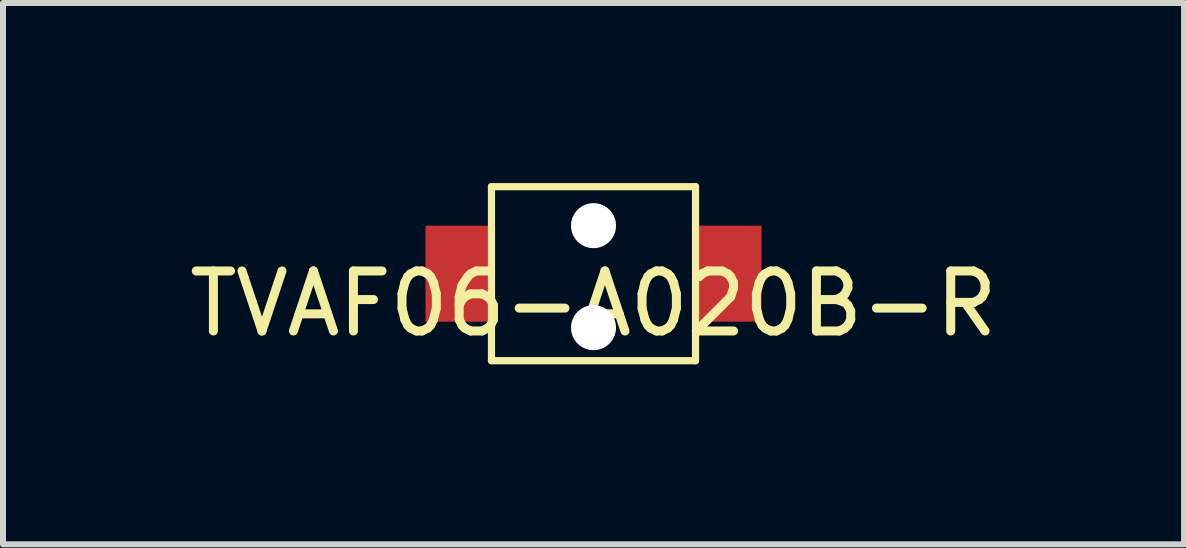
<source format=kicad_pcb>
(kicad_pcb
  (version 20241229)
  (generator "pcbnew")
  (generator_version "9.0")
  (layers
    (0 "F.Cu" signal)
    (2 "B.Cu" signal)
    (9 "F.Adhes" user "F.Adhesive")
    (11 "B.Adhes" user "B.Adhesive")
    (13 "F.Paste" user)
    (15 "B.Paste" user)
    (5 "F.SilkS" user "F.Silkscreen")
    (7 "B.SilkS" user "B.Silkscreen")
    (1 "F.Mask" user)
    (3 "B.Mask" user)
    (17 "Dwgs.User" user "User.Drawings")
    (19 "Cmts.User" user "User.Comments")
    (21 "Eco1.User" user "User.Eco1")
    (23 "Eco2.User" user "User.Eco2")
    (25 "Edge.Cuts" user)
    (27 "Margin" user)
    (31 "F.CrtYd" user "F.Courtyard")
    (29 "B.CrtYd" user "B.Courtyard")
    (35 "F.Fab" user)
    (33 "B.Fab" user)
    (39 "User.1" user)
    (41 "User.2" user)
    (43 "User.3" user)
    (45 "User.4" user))
  (footprint "TVAF06-A020B-R"
    (layer "F.Cu")
    (at 6.839 1.51)
    (property "Reference" "TVAF06-A020B-R" (at 0 0.5 0) (layer "F.SilkS") (effects (font (size 1 1) (thickness 0.15))))
    (attr smd)
    (fp_line (start -1.7 -1.45) (end -1.7 1.45) (stroke (width 0.12) (type solid)) (layer "F.SilkS"))
    (fp_line (start -1.7 1.45) (end 1.7 1.45) (stroke (width 0.12) (type solid)) (layer "F.SilkS"))
    (fp_line (start 1.7 -1.45) (end -1.7 -1.45) (stroke (width 0.12) (type solid)) (layer "F.SilkS"))
    (fp_line (start 1.7 1.45) (end 1.7 -1.45) (stroke (width 0.12) (type solid)) (layer "F.SilkS"))
    (pad "" np_thru_hole circle (at 0 -0.8 90) (size 0.75 0.75) (drill 0.75) (layers "*.Cu" "*.Mask"))
    (pad "" np_thru_hole circle (at 0 0.9 90) (size 0.75 0.75) (drill 0.75) (layers "*.Cu" "*.Mask"))
    (pad "1" smd rect (at -2.25 0 90) (size 1.6 1.1) (layers "F.Cu" "F.Mask" "F.Paste"))
    (pad "2" smd rect (at 2.25 0 90) (size 1.6 1.1) (layers "F.Cu" "F.Mask" "F.Paste")))
  (gr_rect
    (start -3 -3)
    (end 16.679 6.02)
    (stroke (width 0.1) (type default))
    (fill no)
    (layer "Edge.Cuts")))
</source>
